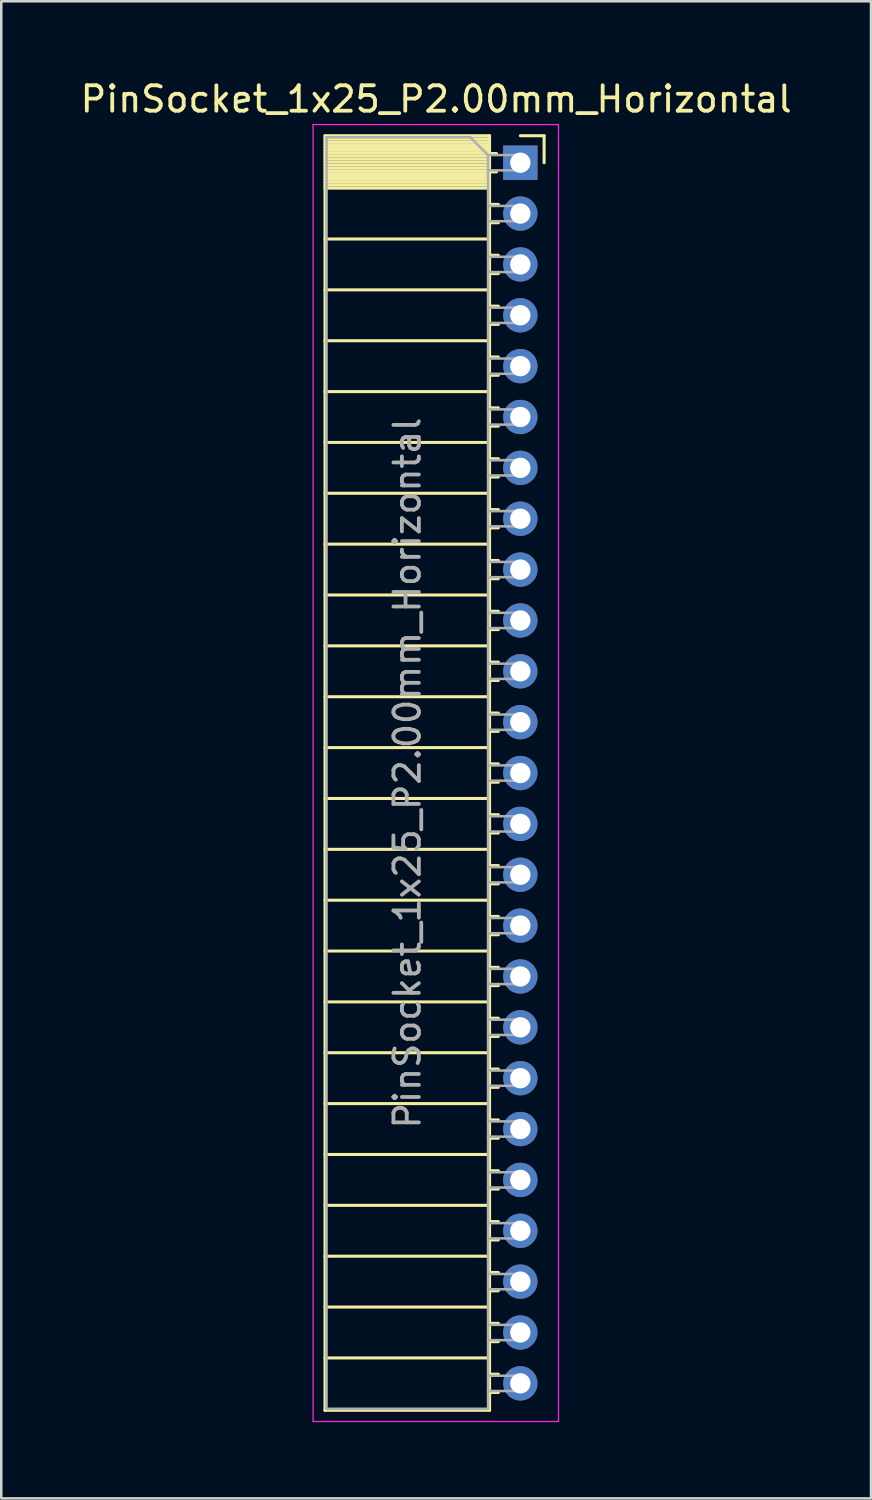
<source format=kicad_pcb>
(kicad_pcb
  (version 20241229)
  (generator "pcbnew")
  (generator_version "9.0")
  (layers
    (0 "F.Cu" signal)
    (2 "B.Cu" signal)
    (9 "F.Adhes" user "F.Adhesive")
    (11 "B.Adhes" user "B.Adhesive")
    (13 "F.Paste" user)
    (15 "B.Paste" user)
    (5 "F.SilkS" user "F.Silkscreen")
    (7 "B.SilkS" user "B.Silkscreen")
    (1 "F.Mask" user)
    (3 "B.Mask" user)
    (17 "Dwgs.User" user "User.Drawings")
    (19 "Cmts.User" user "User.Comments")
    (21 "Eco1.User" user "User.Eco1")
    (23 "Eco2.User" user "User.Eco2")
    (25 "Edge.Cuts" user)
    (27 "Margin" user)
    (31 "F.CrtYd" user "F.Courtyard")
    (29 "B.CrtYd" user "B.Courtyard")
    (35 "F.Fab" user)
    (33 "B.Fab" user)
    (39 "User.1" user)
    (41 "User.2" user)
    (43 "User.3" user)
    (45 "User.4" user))
  (footprint "PinSocket_1x25_P2.00mm_Horizontal"
    (layer "F.Cu")
    (at 17.411 3.348)
    (property "Reference" "PinSocket_1x25_P2.00mm_Horizontal" (at -3.31 -2.5 0) (layer "F.SilkS") (effects (font (size 1 1) (thickness 0.15))))
    (attr through_hole)
    (fp_line (start -7.68 -1.06) (end -7.68 49.06) (stroke (width 0.12) (type solid)) (layer "F.SilkS"))
    (fp_line (start -7.68 -1.06) (end -1.21 -1.06) (stroke (width 0.12) (type solid)) (layer "F.SilkS"))
    (fp_line (start -7.68 -0.94) (end -1.21 -0.94) (stroke (width 0.12) (type solid)) (layer "F.SilkS"))
    (fp_line (start -7.68 -0.826) (end -1.21 -0.826) (stroke (width 0.12) (type solid)) (layer "F.SilkS"))
    (fp_line (start -7.68 -0.712) (end -1.21 -0.712) (stroke (width 0.12) (type solid)) (layer "F.SilkS"))
    (fp_line (start -7.68 -0.598) (end -1.21 -0.598) (stroke (width 0.12) (type solid)) (layer "F.SilkS"))
    (fp_line (start -7.68 -0.484) (end -1.21 -0.484) (stroke (width 0.12) (type solid)) (layer "F.SilkS"))
    (fp_line (start -7.68 -0.369) (end -1.21 -0.369) (stroke (width 0.12) (type solid)) (layer "F.SilkS"))
    (fp_line (start -7.68 -0.255) (end -1.21 -0.255) (stroke (width 0.12) (type solid)) (layer "F.SilkS"))
    (fp_line (start -7.68 -0.141) (end -1.21 -0.141) (stroke (width 0.12) (type solid)) (layer "F.SilkS"))
    (fp_line (start -7.68 -0.027) (end -1.21 -0.027) (stroke (width 0.12) (type solid)) (layer "F.SilkS"))
    (fp_line (start -7.68 0.087) (end -1.21 0.087) (stroke (width 0.12) (type solid)) (layer "F.SilkS"))
    (fp_line (start -7.68 0.201) (end -1.21 0.201) (stroke (width 0.12) (type solid)) (layer "F.SilkS"))
    (fp_line (start -7.68 0.315) (end -1.21 0.315) (stroke (width 0.12) (type solid)) (layer "F.SilkS"))
    (fp_line (start -7.68 0.429) (end -1.21 0.429) (stroke (width 0.12) (type solid)) (layer "F.SilkS"))
    (fp_line (start -7.68 0.544) (end -1.21 0.544) (stroke (width 0.12) (type solid)) (layer "F.SilkS"))
    (fp_line (start -7.68 0.658) (end -1.21 0.658) (stroke (width 0.12) (type solid)) (layer "F.SilkS"))
    (fp_line (start -7.68 0.772) (end -1.21 0.772) (stroke (width 0.12) (type solid)) (layer "F.SilkS"))
    (fp_line (start -7.68 0.886) (end -1.21 0.886) (stroke (width 0.12) (type solid)) (layer "F.SilkS"))
    (fp_line (start -7.68 1) (end -1.21 1) (stroke (width 0.12) (type solid)) (layer "F.SilkS"))
    (fp_line (start -7.68 3) (end -1.21 3) (stroke (width 0.12) (type solid)) (layer "F.SilkS"))
    (fp_line (start -7.68 5) (end -1.21 5) (stroke (width 0.12) (type solid)) (layer "F.SilkS"))
    (fp_line (start -7.68 7) (end -1.21 7) (stroke (width 0.12) (type solid)) (layer "F.SilkS"))
    (fp_line (start -7.68 9) (end -1.21 9) (stroke (width 0.12) (type solid)) (layer "F.SilkS"))
    (fp_line (start -7.68 11) (end -1.21 11) (stroke (width 0.12) (type solid)) (layer "F.SilkS"))
    (fp_line (start -7.68 13) (end -1.21 13) (stroke (width 0.12) (type solid)) (layer "F.SilkS"))
    (fp_line (start -7.68 15) (end -1.21 15) (stroke (width 0.12) (type solid)) (layer "F.SilkS"))
    (fp_line (start -7.68 17) (end -1.21 17) (stroke (width 0.12) (type solid)) (layer "F.SilkS"))
    (fp_line (start -7.68 19) (end -1.21 19) (stroke (width 0.12) (type solid)) (layer "F.SilkS"))
    (fp_line (start -7.68 21) (end -1.21 21) (stroke (width 0.12) (type solid)) (layer "F.SilkS"))
    (fp_line (start -7.68 23) (end -1.21 23) (stroke (width 0.12) (type solid)) (layer "F.SilkS"))
    (fp_line (start -7.68 25) (end -1.21 25) (stroke (width 0.12) (type solid)) (layer "F.SilkS"))
    (fp_line (start -7.68 27) (end -1.21 27) (stroke (width 0.12) (type solid)) (layer "F.SilkS"))
    (fp_line (start -7.68 29) (end -1.21 29) (stroke (width 0.12) (type solid)) (layer "F.SilkS"))
    (fp_line (start -7.68 31) (end -1.21 31) (stroke (width 0.12) (type solid)) (layer "F.SilkS"))
    (fp_line (start -7.68 33) (end -1.21 33) (stroke (width 0.12) (type solid)) (layer "F.SilkS"))
    (fp_line (start -7.68 35) (end -1.21 35) (stroke (width 0.12) (type solid)) (layer "F.SilkS"))
    (fp_line (start -7.68 37) (end -1.21 37) (stroke (width 0.12) (type solid)) (layer "F.SilkS"))
    (fp_line (start -7.68 39) (end -1.21 39) (stroke (width 0.12) (type solid)) (layer "F.SilkS"))
    (fp_line (start -7.68 41) (end -1.21 41) (stroke (width 0.12) (type solid)) (layer "F.SilkS"))
    (fp_line (start -7.68 43) (end -1.21 43) (stroke (width 0.12) (type solid)) (layer "F.SilkS"))
    (fp_line (start -7.68 45) (end -1.21 45) (stroke (width 0.12) (type solid)) (layer "F.SilkS"))
    (fp_line (start -7.68 47) (end -1.21 47) (stroke (width 0.12) (type solid)) (layer "F.SilkS"))
    (fp_line (start -7.68 49.06) (end -1.21 49.06) (stroke (width 0.12) (type solid)) (layer "F.SilkS"))
    (fp_line (start -1.21 -1.06) (end -1.21 49.06) (stroke (width 0.12) (type solid)) (layer "F.SilkS"))
    (fp_line (start -1.21 -0.36) (end -0.935 -0.36) (stroke (width 0.12) (type solid)) (layer "F.SilkS"))
    (fp_line (start -1.21 0.36) (end -0.935 0.36) (stroke (width 0.12) (type solid)) (layer "F.SilkS"))
    (fp_line (start -1.21 1.64) (end -0.863 1.64) (stroke (width 0.12) (type solid)) (layer "F.SilkS"))
    (fp_line (start -1.21 2.36) (end -0.863 2.36) (stroke (width 0.12) (type solid)) (layer "F.SilkS"))
    (fp_line (start -1.21 3.64) (end -0.863 3.64) (stroke (width 0.12) (type solid)) (layer "F.SilkS"))
    (fp_line (start -1.21 4.36) (end -0.863 4.36) (stroke (width 0.12) (type solid)) (layer "F.SilkS"))
    (fp_line (start -1.21 5.64) (end -0.863 5.64) (stroke (width 0.12) (type solid)) (layer "F.SilkS"))
    (fp_line (start -1.21 6.36) (end -0.863 6.36) (stroke (width 0.12) (type solid)) (layer "F.SilkS"))
    (fp_line (start -1.21 7.64) (end -0.863 7.64) (stroke (width 0.12) (type solid)) (layer "F.SilkS"))
    (fp_line (start -1.21 8.36) (end -0.863 8.36) (stroke (width 0.12) (type solid)) (layer "F.SilkS"))
    (fp_line (start -1.21 9.64) (end -0.863 9.64) (stroke (width 0.12) (type solid)) (layer "F.SilkS"))
    (fp_line (start -1.21 10.36) (end -0.863 10.36) (stroke (width 0.12) (type solid)) (layer "F.SilkS"))
    (fp_line (start -1.21 11.64) (end -0.863 11.64) (stroke (width 0.12) (type solid)) (layer "F.SilkS"))
    (fp_line (start -1.21 12.36) (end -0.863 12.36) (stroke (width 0.12) (type solid)) (layer "F.SilkS"))
    (fp_line (start -1.21 13.64) (end -0.863 13.64) (stroke (width 0.12) (type solid)) (layer "F.SilkS"))
    (fp_line (start -1.21 14.36) (end -0.863 14.36) (stroke (width 0.12) (type solid)) (layer "F.SilkS"))
    (fp_line (start -1.21 15.64) (end -0.863 15.64) (stroke (width 0.12) (type solid)) (layer "F.SilkS"))
    (fp_line (start -1.21 16.36) (end -0.863 16.36) (stroke (width 0.12) (type solid)) (layer "F.SilkS"))
    (fp_line (start -1.21 17.64) (end -0.863 17.64) (stroke (width 0.12) (type solid)) (layer "F.SilkS"))
    (fp_line (start -1.21 18.36) (end -0.863 18.36) (stroke (width 0.12) (type solid)) (layer "F.SilkS"))
    (fp_line (start -1.21 19.64) (end -0.863 19.64) (stroke (width 0.12) (type solid)) (layer "F.SilkS"))
    (fp_line (start -1.21 20.36) (end -0.863 20.36) (stroke (width 0.12) (type solid)) (layer "F.SilkS"))
    (fp_line (start -1.21 21.64) (end -0.863 21.64) (stroke (width 0.12) (type solid)) (layer "F.SilkS"))
    (fp_line (start -1.21 22.36) (end -0.863 22.36) (stroke (width 0.12) (type solid)) (layer "F.SilkS"))
    (fp_line (start -1.21 23.64) (end -0.863 23.64) (stroke (width 0.12) (type solid)) (layer "F.SilkS"))
    (fp_line (start -1.21 24.36) (end -0.863 24.36) (stroke (width 0.12) (type solid)) (layer "F.SilkS"))
    (fp_line (start -1.21 25.64) (end -0.863 25.64) (stroke (width 0.12) (type solid)) (layer "F.SilkS"))
    (fp_line (start -1.21 26.36) (end -0.863 26.36) (stroke (width 0.12) (type solid)) (layer "F.SilkS"))
    (fp_line (start -1.21 27.64) (end -0.863 27.64) (stroke (width 0.12) (type solid)) (layer "F.SilkS"))
    (fp_line (start -1.21 28.36) (end -0.863 28.36) (stroke (width 0.12) (type solid)) (layer "F.SilkS"))
    (fp_line (start -1.21 29.64) (end -0.863 29.64) (stroke (width 0.12) (type solid)) (layer "F.SilkS"))
    (fp_line (start -1.21 30.36) (end -0.863 30.36) (stroke (width 0.12) (type solid)) (layer "F.SilkS"))
    (fp_line (start -1.21 31.64) (end -0.863 31.64) (stroke (width 0.12) (type solid)) (layer "F.SilkS"))
    (fp_line (start -1.21 32.36) (end -0.863 32.36) (stroke (width 0.12) (type solid)) (layer "F.SilkS"))
    (fp_line (start -1.21 33.64) (end -0.863 33.64) (stroke (width 0.12) (type solid)) (layer "F.SilkS"))
    (fp_line (start -1.21 34.36) (end -0.863 34.36) (stroke (width 0.12) (type solid)) (layer "F.SilkS"))
    (fp_line (start -1.21 35.64) (end -0.863 35.64) (stroke (width 0.12) (type solid)) (layer "F.SilkS"))
    (fp_line (start -1.21 36.36) (end -0.863 36.36) (stroke (width 0.12) (type solid)) (layer "F.SilkS"))
    (fp_line (start -1.21 37.64) (end -0.863 37.64) (stroke (width 0.12) (type solid)) (layer "F.SilkS"))
    (fp_line (start -1.21 38.36) (end -0.863 38.36) (stroke (width 0.12) (type solid)) (layer "F.SilkS"))
    (fp_line (start -1.21 39.64) (end -0.863 39.64) (stroke (width 0.12) (type solid)) (layer "F.SilkS"))
    (fp_line (start -1.21 40.36) (end -0.863 40.36) (stroke (width 0.12) (type solid)) (layer "F.SilkS"))
    (fp_line (start -1.21 41.64) (end -0.863 41.64) (stroke (width 0.12) (type solid)) (layer "F.SilkS"))
    (fp_line (start -1.21 42.36) (end -0.863 42.36) (stroke (width 0.12) (type solid)) (layer "F.SilkS"))
    (fp_line (start -1.21 43.64) (end -0.863 43.64) (stroke (width 0.12) (type solid)) (layer "F.SilkS"))
    (fp_line (start -1.21 44.36) (end -0.863 44.36) (stroke (width 0.12) (type solid)) (layer "F.SilkS"))
    (fp_line (start -1.21 45.64) (end -0.863 45.64) (stroke (width 0.12) (type solid)) (layer "F.SilkS"))
    (fp_line (start -1.21 46.36) (end -0.863 46.36) (stroke (width 0.12) (type solid)) (layer "F.SilkS"))
    (fp_line (start -1.21 47.64) (end -0.863 47.64) (stroke (width 0.12) (type solid)) (layer "F.SilkS"))
    (fp_line (start -1.21 48.36) (end -0.863 48.36) (stroke (width 0.12) (type solid)) (layer "F.SilkS"))
    (fp_line (start 0 -1.06) (end 0.935 -1.06) (stroke (width 0.12) (type solid)) (layer "F.SilkS"))
    (fp_line (start 0.935 -1.06) (end 0.935 0) (stroke (width 0.12) (type solid)) (layer "F.SilkS"))
    (fp_line (start -8.15 -1.5) (end -8.15 49.5) (stroke (width 0.05) (type solid)) (layer "F.CrtYd"))
    (fp_line (start -8.15 49.5) (end 1.5 49.5) (stroke (width 0.05) (type solid)) (layer "F.CrtYd"))
    (fp_line (start 1.5 -1.5) (end -8.15 -1.5) (stroke (width 0.05) (type solid)) (layer "F.CrtYd"))
    (fp_line (start 1.5 49.5) (end 1.5 -1.5) (stroke (width 0.05) (type solid)) (layer "F.CrtYd"))
    (fp_line (start -7.62 -1) (end -1.97 -1) (stroke (width 0.1) (type solid)) (layer "F.Fab"))
    (fp_line (start -7.62 49) (end -7.62 -1) (stroke (width 0.1) (type solid)) (layer "F.Fab"))
    (fp_line (start -1.97 -1) (end -1.27 -0.3) (stroke (width 0.1) (type solid)) (layer "F.Fab"))
    (fp_line (start -1.27 -0.3) (end -1.27 49) (stroke (width 0.1) (type solid)) (layer "F.Fab"))
    (fp_line (start -1.27 0.3) (end 0 0.3) (stroke (width 0.1) (type solid)) (layer "F.Fab"))
    (fp_line (start -1.27 2.3) (end 0 2.3) (stroke (width 0.1) (type solid)) (layer "F.Fab"))
    (fp_line (start -1.27 4.3) (end 0 4.3) (stroke (width 0.1) (type solid)) (layer "F.Fab"))
    (fp_line (start -1.27 6.3) (end 0 6.3) (stroke (width 0.1) (type solid)) (layer "F.Fab"))
    (fp_line (start -1.27 8.3) (end 0 8.3) (stroke (width 0.1) (type solid)) (layer "F.Fab"))
    (fp_line (start -1.27 10.3) (end 0 10.3) (stroke (width 0.1) (type solid)) (layer "F.Fab"))
    (fp_line (start -1.27 12.3) (end 0 12.3) (stroke (width 0.1) (type solid)) (layer "F.Fab"))
    (fp_line (start -1.27 14.3) (end 0 14.3) (stroke (width 0.1) (type solid)) (layer "F.Fab"))
    (fp_line (start -1.27 16.3) (end 0 16.3) (stroke (width 0.1) (type solid)) (layer "F.Fab"))
    (fp_line (start -1.27 18.3) (end 0 18.3) (stroke (width 0.1) (type solid)) (layer "F.Fab"))
    (fp_line (start -1.27 20.3) (end 0 20.3) (stroke (width 0.1) (type solid)) (layer "F.Fab"))
    (fp_line (start -1.27 22.3) (end 0 22.3) (stroke (width 0.1) (type solid)) (layer "F.Fab"))
    (fp_line (start -1.27 24.3) (end 0 24.3) (stroke (width 0.1) (type solid)) (layer "F.Fab"))
    (fp_line (start -1.27 26.3) (end 0 26.3) (stroke (width 0.1) (type solid)) (layer "F.Fab"))
    (fp_line (start -1.27 28.3) (end 0 28.3) (stroke (width 0.1) (type solid)) (layer "F.Fab"))
    (fp_line (start -1.27 30.3) (end 0 30.3) (stroke (width 0.1) (type solid)) (layer "F.Fab"))
    (fp_line (start -1.27 32.3) (end 0 32.3) (stroke (width 0.1) (type solid)) (layer "F.Fab"))
    (fp_line (start -1.27 34.3) (end 0 34.3) (stroke (width 0.1) (type solid)) (layer "F.Fab"))
    (fp_line (start -1.27 36.3) (end 0 36.3) (stroke (width 0.1) (type solid)) (layer "F.Fab"))
    (fp_line (start -1.27 38.3) (end 0 38.3) (stroke (width 0.1) (type solid)) (layer "F.Fab"))
    (fp_line (start -1.27 40.3) (end 0 40.3) (stroke (width 0.1) (type solid)) (layer "F.Fab"))
    (fp_line (start -1.27 42.3) (end 0 42.3) (stroke (width 0.1) (type solid)) (layer "F.Fab"))
    (fp_line (start -1.27 44.3) (end 0 44.3) (stroke (width 0.1) (type solid)) (layer "F.Fab"))
    (fp_line (start -1.27 46.3) (end 0 46.3) (stroke (width 0.1) (type solid)) (layer "F.Fab"))
    (fp_line (start -1.27 48.3) (end 0 48.3) (stroke (width 0.1) (type solid)) (layer "F.Fab"))
    (fp_line (start -1.27 49) (end -7.62 49) (stroke (width 0.1) (type solid)) (layer "F.Fab"))
    (fp_line (start 0 -0.3) (end -1.27 -0.3) (stroke (width 0.1) (type solid)) (layer "F.Fab"))
    (fp_line (start 0 0.3) (end 0 -0.3) (stroke (width 0.1) (type solid)) (layer "F.Fab"))
    (fp_line (start 0 1.7) (end -1.27 1.7) (stroke (width 0.1) (type solid)) (layer "F.Fab"))
    (fp_line (start 0 2.3) (end 0 1.7) (stroke (width 0.1) (type solid)) (layer "F.Fab"))
    (fp_line (start 0 3.7) (end -1.27 3.7) (stroke (width 0.1) (type solid)) (layer "F.Fab"))
    (fp_line (start 0 4.3) (end 0 3.7) (stroke (width 0.1) (type solid)) (layer "F.Fab"))
    (fp_line (start 0 5.7) (end -1.27 5.7) (stroke (width 0.1) (type solid)) (layer "F.Fab"))
    (fp_line (start 0 6.3) (end 0 5.7) (stroke (width 0.1) (type solid)) (layer "F.Fab"))
    (fp_line (start 0 7.7) (end -1.27 7.7) (stroke (width 0.1) (type solid)) (layer "F.Fab"))
    (fp_line (start 0 8.3) (end 0 7.7) (stroke (width 0.1) (type solid)) (layer "F.Fab"))
    (fp_line (start 0 9.7) (end -1.27 9.7) (stroke (width 0.1) (type solid)) (layer "F.Fab"))
    (fp_line (start 0 10.3) (end 0 9.7) (stroke (width 0.1) (type solid)) (layer "F.Fab"))
    (fp_line (start 0 11.7) (end -1.27 11.7) (stroke (width 0.1) (type solid)) (layer "F.Fab"))
    (fp_line (start 0 12.3) (end 0 11.7) (stroke (width 0.1) (type solid)) (layer "F.Fab"))
    (fp_line (start 0 13.7) (end -1.27 13.7) (stroke (width 0.1) (type solid)) (layer "F.Fab"))
    (fp_line (start 0 14.3) (end 0 13.7) (stroke (width 0.1) (type solid)) (layer "F.Fab"))
    (fp_line (start 0 15.7) (end -1.27 15.7) (stroke (width 0.1) (type solid)) (layer "F.Fab"))
    (fp_line (start 0 16.3) (end 0 15.7) (stroke (width 0.1) (type solid)) (layer "F.Fab"))
    (fp_line (start 0 17.7) (end -1.27 17.7) (stroke (width 0.1) (type solid)) (layer "F.Fab"))
    (fp_line (start 0 18.3) (end 0 17.7) (stroke (width 0.1) (type solid)) (layer "F.Fab"))
    (fp_line (start 0 19.7) (end -1.27 19.7) (stroke (width 0.1) (type solid)) (layer "F.Fab"))
    (fp_line (start 0 20.3) (end 0 19.7) (stroke (width 0.1) (type solid)) (layer "F.Fab"))
    (fp_line (start 0 21.7) (end -1.27 21.7) (stroke (width 0.1) (type solid)) (layer "F.Fab"))
    (fp_line (start 0 22.3) (end 0 21.7) (stroke (width 0.1) (type solid)) (layer "F.Fab"))
    (fp_line (start 0 23.7) (end -1.27 23.7) (stroke (width 0.1) (type solid)) (layer "F.Fab"))
    (fp_line (start 0 24.3) (end 0 23.7) (stroke (width 0.1) (type solid)) (layer "F.Fab"))
    (fp_line (start 0 25.7) (end -1.27 25.7) (stroke (width 0.1) (type solid)) (layer "F.Fab"))
    (fp_line (start 0 26.3) (end 0 25.7) (stroke (width 0.1) (type solid)) (layer "F.Fab"))
    (fp_line (start 0 27.7) (end -1.27 27.7) (stroke (width 0.1) (type solid)) (layer "F.Fab"))
    (fp_line (start 0 28.3) (end 0 27.7) (stroke (width 0.1) (type solid)) (layer "F.Fab"))
    (fp_line (start 0 29.7) (end -1.27 29.7) (stroke (width 0.1) (type solid)) (layer "F.Fab"))
    (fp_line (start 0 30.3) (end 0 29.7) (stroke (width 0.1) (type solid)) (layer "F.Fab"))
    (fp_line (start 0 31.7) (end -1.27 31.7) (stroke (width 0.1) (type solid)) (layer "F.Fab"))
    (fp_line (start 0 32.3) (end 0 31.7) (stroke (width 0.1) (type solid)) (layer "F.Fab"))
    (fp_line (start 0 33.7) (end -1.27 33.7) (stroke (width 0.1) (type solid)) (layer "F.Fab"))
    (fp_line (start 0 34.3) (end 0 33.7) (stroke (width 0.1) (type solid)) (layer "F.Fab"))
    (fp_line (start 0 35.7) (end -1.27 35.7) (stroke (width 0.1) (type solid)) (layer "F.Fab"))
    (fp_line (start 0 36.3) (end 0 35.7) (stroke (width 0.1) (type solid)) (layer "F.Fab"))
    (fp_line (start 0 37.7) (end -1.27 37.7) (stroke (width 0.1) (type solid)) (layer "F.Fab"))
    (fp_line (start 0 38.3) (end 0 37.7) (stroke (width 0.1) (type solid)) (layer "F.Fab"))
    (fp_line (start 0 39.7) (end -1.27 39.7) (stroke (width 0.1) (type solid)) (layer "F.Fab"))
    (fp_line (start 0 40.3) (end 0 39.7) (stroke (width 0.1) (type solid)) (layer "F.Fab"))
    (fp_line (start 0 41.7) (end -1.27 41.7) (stroke (width 0.1) (type solid)) (layer "F.Fab"))
    (fp_line (start 0 42.3) (end 0 41.7) (stroke (width 0.1) (type solid)) (layer "F.Fab"))
    (fp_line (start 0 43.7) (end -1.27 43.7) (stroke (width 0.1) (type solid)) (layer "F.Fab"))
    (fp_line (start 0 44.3) (end 0 43.7) (stroke (width 0.1) (type solid)) (layer "F.Fab"))
    (fp_line (start 0 45.7) (end -1.27 45.7) (stroke (width 0.1) (type solid)) (layer "F.Fab"))
    (fp_line (start 0 46.3) (end 0 45.7) (stroke (width 0.1) (type solid)) (layer "F.Fab"))
    (fp_line (start 0 47.7) (end -1.27 47.7) (stroke (width 0.1) (type solid)) (layer "F.Fab"))
    (fp_line (start 0 48.3) (end 0 47.7) (stroke (width 0.1) (type solid)) (layer "F.Fab"))
    (fp_text user "${REFERENCE}" (at -4.445 24 90) (layer "F.Fab") (effects (font (size 1 1) (thickness 0.15))))
    (pad "1" thru_hole rect (at 0 0) (size 1.35 1.35) (drill 0.8) (layers "*.Cu" "*.Mask"))
    (pad "2" thru_hole circle (at 0 2) (size 1.35 1.35) (drill 0.8) (layers "*.Cu" "*.Mask"))
    (pad "3" thru_hole circle (at 0 4) (size 1.35 1.35) (drill 0.8) (layers "*.Cu" "*.Mask"))
    (pad "4" thru_hole circle (at 0 6) (size 1.35 1.35) (drill 0.8) (layers "*.Cu" "*.Mask"))
    (pad "5" thru_hole circle (at 0 8) (size 1.35 1.35) (drill 0.8) (layers "*.Cu" "*.Mask"))
    (pad "6" thru_hole circle (at 0 10) (size 1.35 1.35) (drill 0.8) (layers "*.Cu" "*.Mask"))
    (pad "7" thru_hole circle (at 0 12) (size 1.35 1.35) (drill 0.8) (layers "*.Cu" "*.Mask"))
    (pad "8" thru_hole circle (at 0 14) (size 1.35 1.35) (drill 0.8) (layers "*.Cu" "*.Mask"))
    (pad "9" thru_hole circle (at 0 16) (size 1.35 1.35) (drill 0.8) (layers "*.Cu" "*.Mask"))
    (pad "10" thru_hole circle (at 0 18) (size 1.35 1.35) (drill 0.8) (layers "*.Cu" "*.Mask"))
    (pad "11" thru_hole circle (at 0 20) (size 1.35 1.35) (drill 0.8) (layers "*.Cu" "*.Mask"))
    (pad "12" thru_hole circle (at 0 22) (size 1.35 1.35) (drill 0.8) (layers "*.Cu" "*.Mask"))
    (pad "13" thru_hole circle (at 0 24) (size 1.35 1.35) (drill 0.8) (layers "*.Cu" "*.Mask"))
    (pad "14" thru_hole circle (at 0 26) (size 1.35 1.35) (drill 0.8) (layers "*.Cu" "*.Mask"))
    (pad "15" thru_hole circle (at 0 28) (size 1.35 1.35) (drill 0.8) (layers "*.Cu" "*.Mask"))
    (pad "16" thru_hole circle (at 0 30) (size 1.35 1.35) (drill 0.8) (layers "*.Cu" "*.Mask"))
    (pad "17" thru_hole circle (at 0 32) (size 1.35 1.35) (drill 0.8) (layers "*.Cu" "*.Mask"))
    (pad "18" thru_hole circle (at 0 34) (size 1.35 1.35) (drill 0.8) (layers "*.Cu" "*.Mask"))
    (pad "19" thru_hole circle (at 0 36) (size 1.35 1.35) (drill 0.8) (layers "*.Cu" "*.Mask"))
    (pad "20" thru_hole circle (at 0 38) (size 1.35 1.35) (drill 0.8) (layers "*.Cu" "*.Mask"))
    (pad "21" thru_hole circle (at 0 40) (size 1.35 1.35) (drill 0.8) (layers "*.Cu" "*.Mask"))
    (pad "22" thru_hole circle (at 0 42) (size 1.35 1.35) (drill 0.8) (layers "*.Cu" "*.Mask"))
    (pad "23" thru_hole circle (at 0 44) (size 1.35 1.35) (drill 0.8) (layers "*.Cu" "*.Mask"))
    (pad "24" thru_hole circle (at 0 46) (size 1.35 1.35) (drill 0.8) (layers "*.Cu" "*.Mask"))
    (pad "25" thru_hole circle (at 0 48) (size 1.35 1.35) (drill 0.8) (layers "*.Cu" "*.Mask")))
  (gr_rect
    (start -3 -3)
    (end 31.202 55.873)
    (stroke (width 0.1) (type default))
    (fill no)
    (layer "Edge.Cuts")))
</source>
